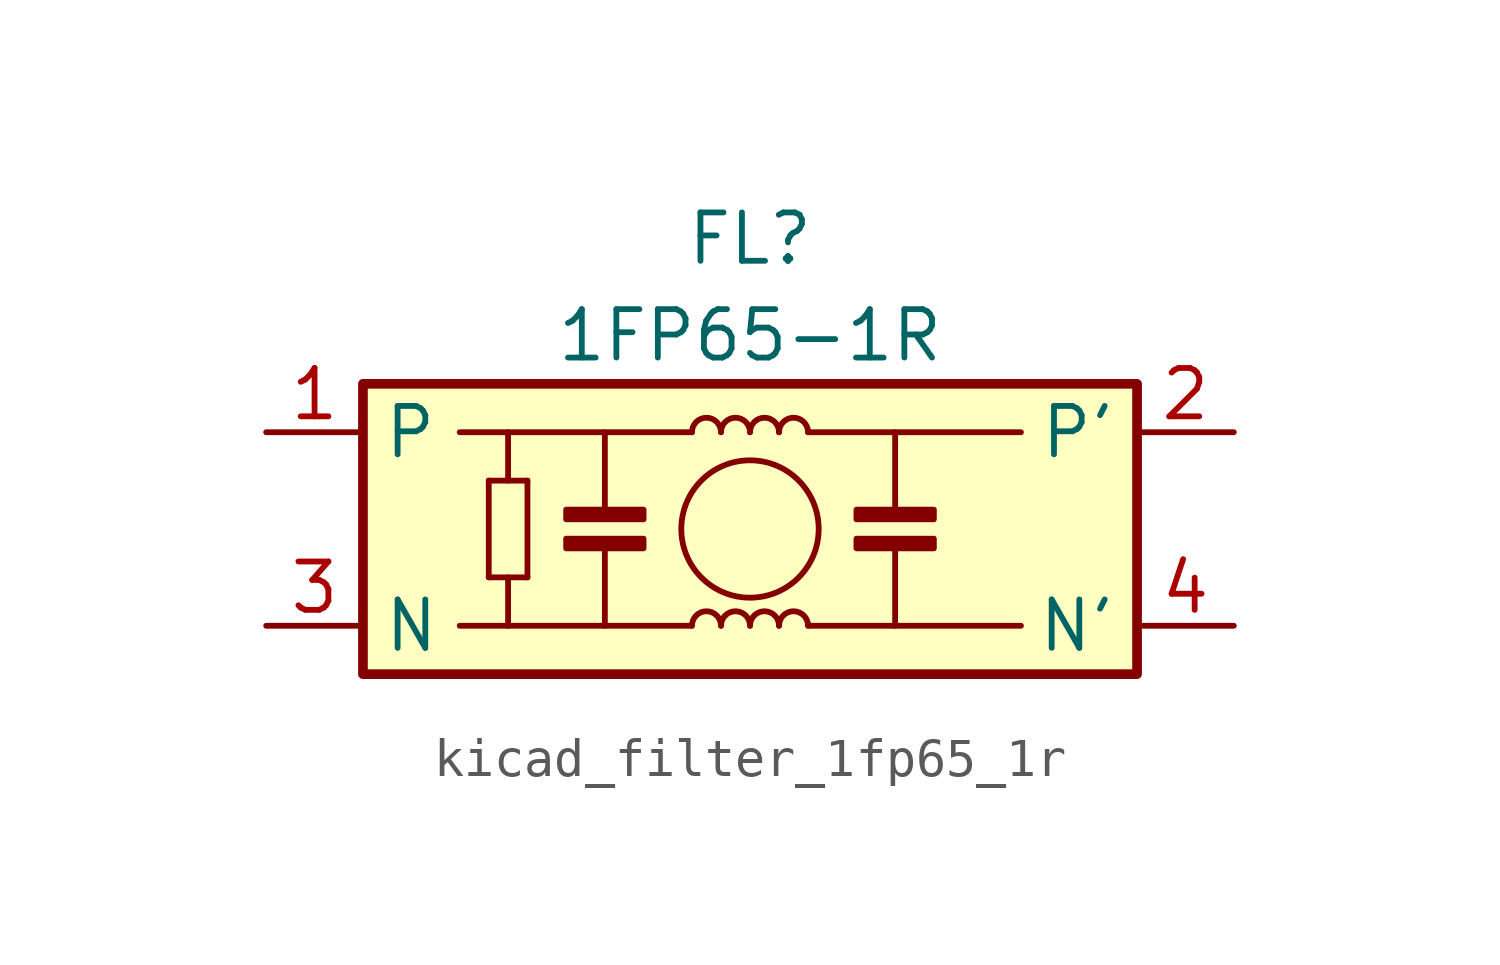
<source format=kicad_sym>
(kicad_symbol_lib
  (version 20220914)
  (generator kicad_symbol_editor)
  (symbol "kicad_filter_1fp65_1r"
    (property "Reference" "FL"
      (at 0 7.62 0)
      (effects (font (size 1.27 1.27))))
    (property "Value" "1FP65-1R"
      (at 0 5.08 0)
      (effects (font (size 1.27 1.27))))
    (symbol "kicad_filter_1fp65_1r_1_1"
      (rectangle (start -10.16 3.81) (end 10.16 -3.81) (stroke (width 0.254) (type default)) (fill (type background)))
      (rectangle (start -4.826 -0.254) (end -2.794 -0.508) (stroke (width 0) (type default)) (fill (type outline)))
      (rectangle (start -4.826 0.254) (end -2.794 0.508) (stroke (width 0) (type default)) (fill (type outline)))
      (arc (start -0.762 -2.54) (mid -1.143 -2.1606) (end -1.524 -2.54) (stroke (width 0) (type default)) (fill (type none)))
      (arc (start -0.762 2.54) (mid -1.143 2.9194) (end -1.524 2.54) (stroke (width 0) (type default)) (fill (type none)))
      (arc (start 0 -2.54) (mid -0.381 -2.1606) (end -0.762 -2.54) (stroke (width 0) (type default)) (fill (type none)))
      (polyline (pts (xy -6.858 -1.27) (xy -6.858 1.27)) (stroke (width 0) (type default)) (fill (type none)))
      (polyline (pts (xy -6.858 -1.27) (xy -5.842 -1.27)) (stroke (width 0) (type default)) (fill (type none)))
      (polyline (pts (xy -6.858 1.27) (xy -5.842 1.27)) (stroke (width 0) (type default)) (fill (type none)))
      (polyline (pts (xy -6.35 -1.27) (xy -6.35 -2.54)) (stroke (width 0) (type default)) (fill (type none)))
      (polyline (pts (xy -6.35 1.27) (xy -6.35 2.54)) (stroke (width 0) (type default)) (fill (type none)))
      (polyline (pts (xy -5.842 -1.27) (xy -5.842 1.27)) (stroke (width 0) (type default)) (fill (type none)))
      (polyline (pts (xy -3.81 -0.508) (xy -3.81 -2.54)) (stroke (width 0) (type default)) (fill (type none)))
      (polyline (pts (xy -3.81 0.508) (xy -3.81 2.54)) (stroke (width 0) (type default)) (fill (type none)))
      (polyline (pts (xy -1.524 -2.54) (xy -7.62 -2.54)) (stroke (width 0) (type default)) (fill (type none)))
      (polyline (pts (xy -1.524 2.54) (xy -7.62 2.54)) (stroke (width 0) (type default)) (fill (type none)))
      (polyline (pts (xy 1.524 -2.54) (xy 7.112 -2.54)) (stroke (width 0) (type default)) (fill (type none)))
      (polyline (pts (xy 3.81 -0.508) (xy 3.81 -2.54)) (stroke (width 0) (type default)) (fill (type none)))
      (polyline (pts (xy 3.81 0.508) (xy 3.81 2.54)) (stroke (width 0) (type default)) (fill (type none)))
      (polyline (pts (xy 7.112 2.54) (xy 1.524 2.54)) (stroke (width 0) (type default)) (fill (type none)))
      (circle (center 0 0) (radius 1.803) (stroke (width 0) (type default)) (fill (type none)))
      (arc (start 0 2.54) (mid -0.381 2.9194) (end -0.762 2.54) (stroke (width 0) (type default)) (fill (type none)))
      (arc (start 0.762 -2.54) (mid 0.381 -2.1606) (end 0 -2.54) (stroke (width 0) (type default)) (fill (type none)))
      (arc (start 0.762 2.54) (mid 0.381 2.9194) (end 0 2.54) (stroke (width 0) (type default)) (fill (type none)))
      (arc (start 1.524 -2.54) (mid 1.143 -2.1606) (end 0.762 -2.54) (stroke (width 0) (type default)) (fill (type none)))
      (arc (start 1.524 2.54) (mid 1.143 2.9194) (end 0.762 2.54) (stroke (width 0) (type default)) (fill (type none)))
      (rectangle (start 2.794 -0.254) (end 4.826 -0.508) (stroke (width 0) (type default)) (fill (type outline)))
      (rectangle (start 2.794 0.254) (end 4.826 0.508) (stroke (width 0) (type default)) (fill (type outline)))
      (pin passive line (at -12.7 2.54 0) (length 2.54) (name "P" (effects (font (size 1.27 1.27)))) (number "1" (effects (font (size 1.27 1.27)))))
      (pin passive line (at 12.7 2.54 180) (length 2.54) (name "P'" (effects (font (size 1.27 1.27)))) (number "2" (effects (font (size 1.27 1.27)))))
      (pin passive line (at -12.7 -2.54 0) (length 2.54) (name "N" (effects (font (size 1.27 1.27)))) (number "3" (effects (font (size 1.27 1.27)))))
      (pin passive line (at 12.7 -2.54 180) (length 2.54) (name "N'" (effects (font (size 1.27 1.27)))) (number "4" (effects (font (size 1.27 1.27))))))))
</source>
